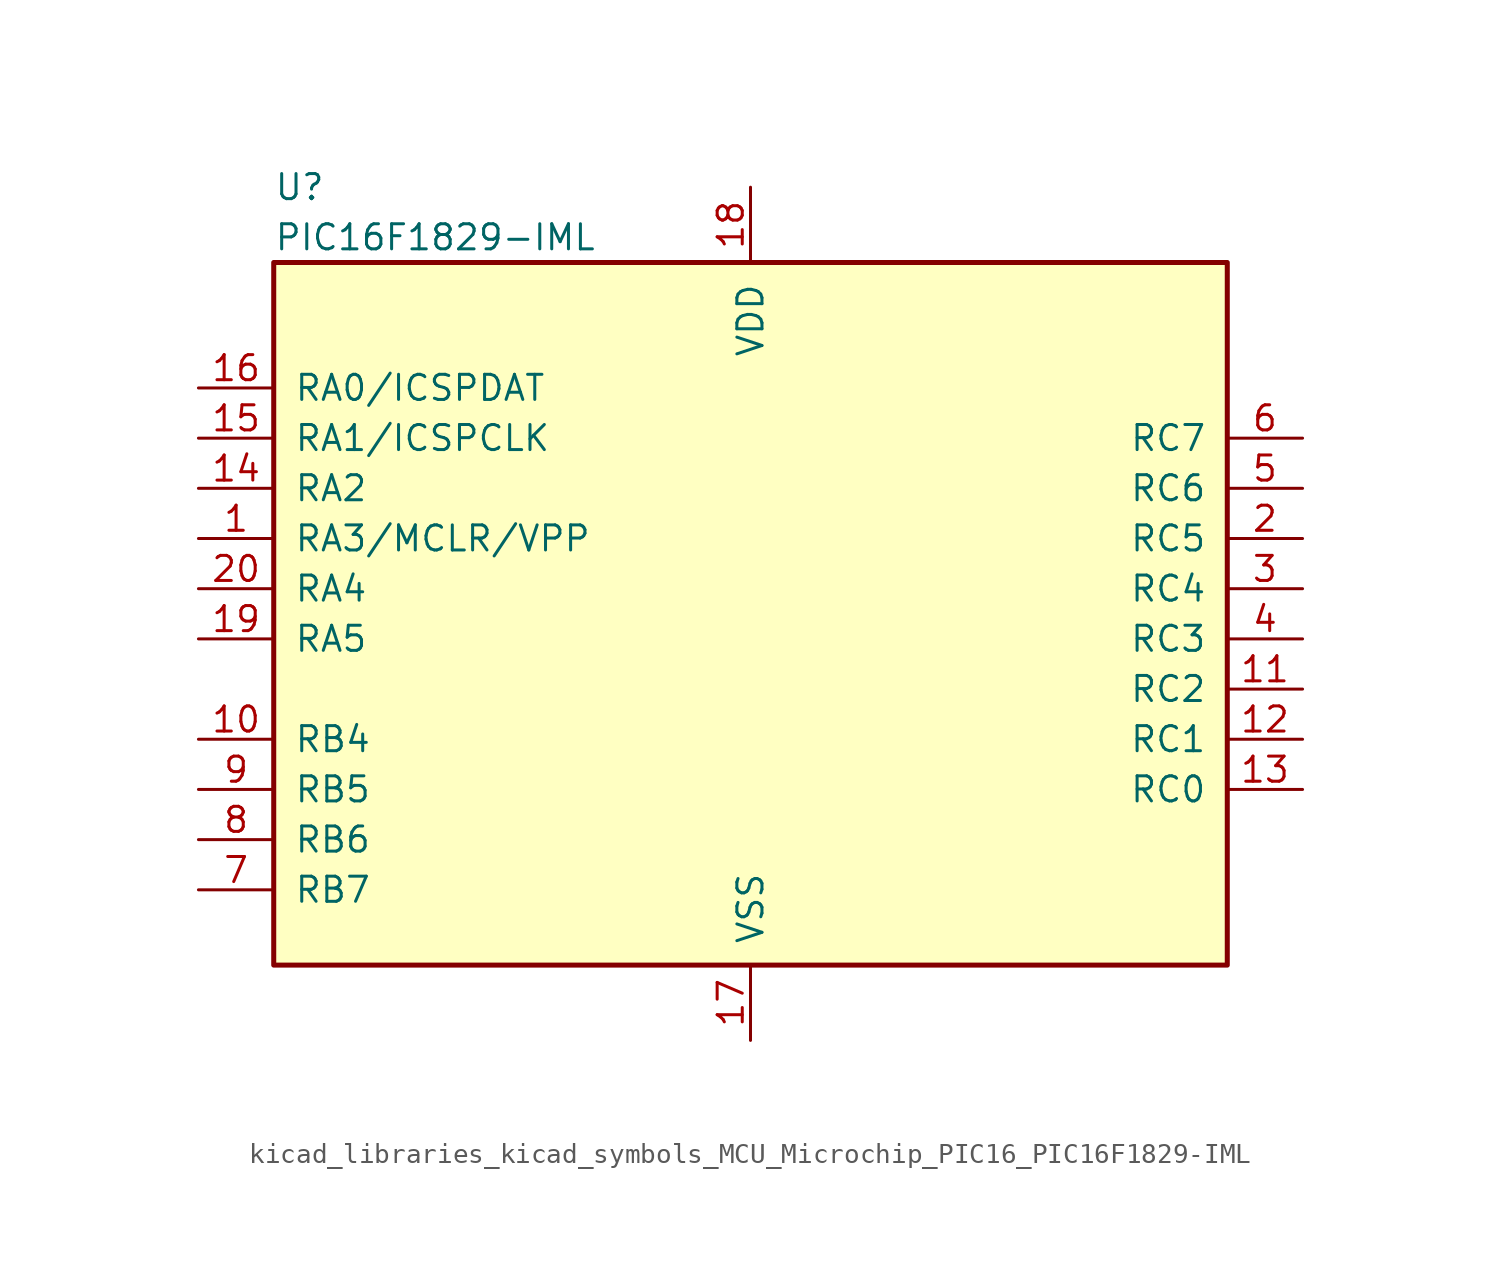
<source format=kicad_sym>
(kicad_symbol_lib
  (version 20220914)
  (generator kicad_symbol_editor)
  (symbol "kicad_libraries_kicad_symbols_MCU_Microchip_PIC16_PIC16F1829-IML"
    (pin_names
      (offset 1.016))
    (property "Reference" "U"
      (at -24.13 22.86 0)
      (effects (font (size 1.27 1.27)) (justify left)))
    (property "Value" "PIC16F1829-IML"
      (at -24.13 20.32 0)
      (effects (font (size 1.27 1.27)) (justify left)))
    (symbol "kicad_libraries_kicad_symbols_MCU_Microchip_PIC16_PIC16F1829-IML_0_1"
      (rectangle (start -24.13 19.05) (end 24.13 -16.51) (stroke (width 0.254) (type default)) (fill (type background))))
    (symbol "kicad_libraries_kicad_symbols_MCU_Microchip_PIC16_PIC16F1829-IML_1_1"
      (pin bidirectional line (at -27.94 5.08 0) (length 3.81) (name "RA3/MCLR/VPP" (effects (font (size 1.27 1.27)))) (number "1" (effects (font (size 1.27 1.27)))))
      (pin bidirectional line (at -27.94 -5.08 0) (length 3.81) (name "RB4" (effects (font (size 1.27 1.27)))) (number "10" (effects (font (size 1.27 1.27)))))
      (pin bidirectional line (at 27.94 -2.54 180) (length 3.81) (name "RC2" (effects (font (size 1.27 1.27)))) (number "11" (effects (font (size 1.27 1.27)))))
      (pin bidirectional line (at 27.94 -5.08 180) (length 3.81) (name "RC1" (effects (font (size 1.27 1.27)))) (number "12" (effects (font (size 1.27 1.27)))))
      (pin bidirectional line (at 27.94 -7.62 180) (length 3.81) (name "RC0" (effects (font (size 1.27 1.27)))) (number "13" (effects (font (size 1.27 1.27)))))
      (pin bidirectional line (at -27.94 7.62 0) (length 3.81) (name "RA2" (effects (font (size 1.27 1.27)))) (number "14" (effects (font (size 1.27 1.27)))))
      (pin bidirectional line (at -27.94 10.16 0) (length 3.81) (name "RA1/ICSPCLK" (effects (font (size 1.27 1.27)))) (number "15" (effects (font (size 1.27 1.27)))))
      (pin bidirectional line (at -27.94 12.7 0) (length 3.81) (name "RA0/ICSPDAT" (effects (font (size 1.27 1.27)))) (number "16" (effects (font (size 1.27 1.27)))))
      (pin power_in line (at 0 -20.32 90) (length 3.81) (name "VSS" (effects (font (size 1.27 1.27)))) (number "17" (effects (font (size 1.27 1.27)))))
      (pin power_in line (at 0 22.86 270) (length 3.81) (name "VDD" (effects (font (size 1.27 1.27)))) (number "18" (effects (font (size 1.27 1.27)))))
      (pin bidirectional line (at -27.94 0 0) (length 3.81) (name "RA5" (effects (font (size 1.27 1.27)))) (number "19" (effects (font (size 1.27 1.27)))))
      (pin bidirectional line (at 27.94 5.08 180) (length 3.81) (name "RC5" (effects (font (size 1.27 1.27)))) (number "2" (effects (font (size 1.27 1.27)))))
      (pin bidirectional line (at -27.94 2.54 0) (length 3.81) (name "RA4" (effects (font (size 1.27 1.27)))) (number "20" (effects (font (size 1.27 1.27)))))
      (pin bidirectional line (at 27.94 2.54 180) (length 3.81) (name "RC4" (effects (font (size 1.27 1.27)))) (number "3" (effects (font (size 1.27 1.27)))))
      (pin bidirectional line (at 27.94 0 180) (length 3.81) (name "RC3" (effects (font (size 1.27 1.27)))) (number "4" (effects (font (size 1.27 1.27)))))
      (pin bidirectional line (at 27.94 7.62 180) (length 3.81) (name "RC6" (effects (font (size 1.27 1.27)))) (number "5" (effects (font (size 1.27 1.27)))))
      (pin bidirectional line (at 27.94 10.16 180) (length 3.81) (name "RC7" (effects (font (size 1.27 1.27)))) (number "6" (effects (font (size 1.27 1.27)))))
      (pin bidirectional line (at -27.94 -12.7 0) (length 3.81) (name "RB7" (effects (font (size 1.27 1.27)))) (number "7" (effects (font (size 1.27 1.27)))))
      (pin bidirectional line (at -27.94 -10.16 0) (length 3.81) (name "RB6" (effects (font (size 1.27 1.27)))) (number "8" (effects (font (size 1.27 1.27)))))
      (pin bidirectional line (at -27.94 -7.62 0) (length 3.81) (name "RB5" (effects (font (size 1.27 1.27)))) (number "9" (effects (font (size 1.27 1.27))))))))
</source>
